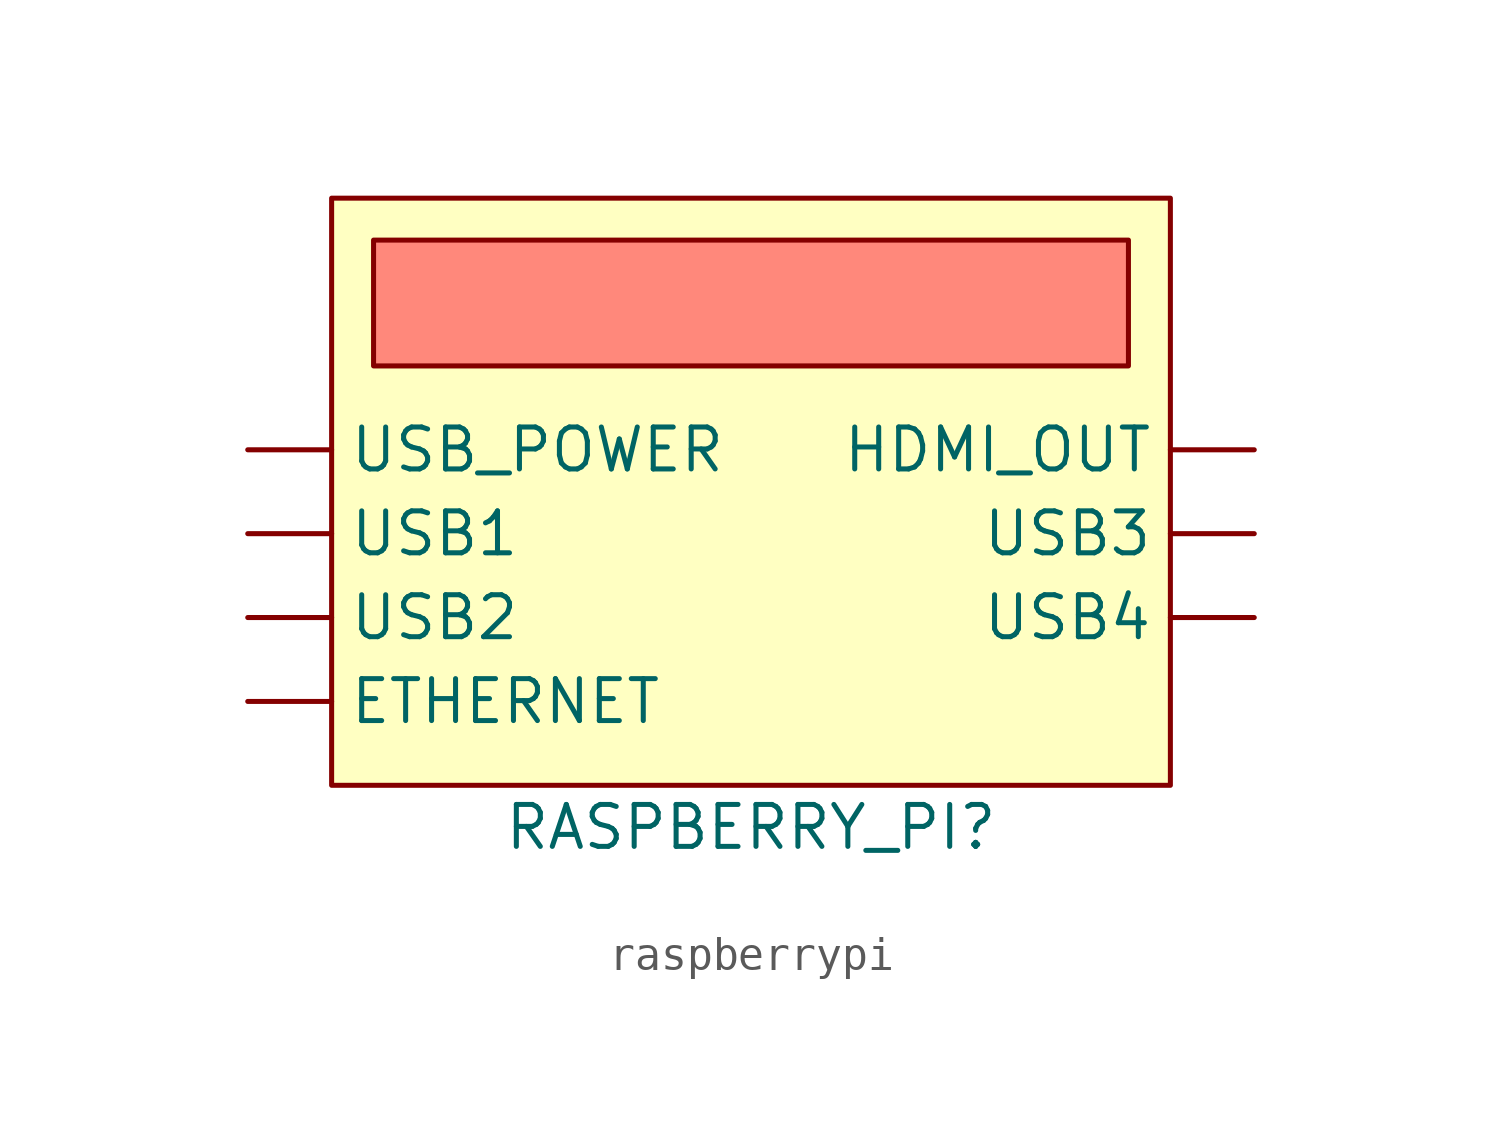
<source format=kicad_sym>
(kicad_symbol_lib
  (version 20220914)
  (generator kicad_symbol_editor)
  (symbol "raspberrypi"
    (property "Reference" "RASPBERRY_PI"
      (at 0 0 0)
      (effects (font (size 1.27 1.27))))
    (property "Value" ""
      (at 0 0 0)
      (effects (font (size 1.27 1.27))))
    (symbol "raspberrypi_1_1"
      (rectangle (start -12.7 19.05) (end 12.7 1.27) (stroke (width 0) (type default)) (fill (type background)))
      (rectangle (start -11.43 17.78) (end 11.43 13.97) (stroke (width 0) (type default)) (fill (type color) (color 255 136 123 1)))
      (pin input line (at -15.24 3.81 0) (length 2.54) (name "ETHERNET" (effects (font (size 1.27 1.27)))) (number "" (effects (font (size 1.27 1.27)))))
      (pin output line (at 15.24 11.43 180) (length 2.54) (name "HDMI_OUT" (effects (font (size 1.27 1.27)))) (number "" (effects (font (size 1.27 1.27)))))
      (pin output line (at -15.24 8.89 0) (length 2.54) (name "USB1" (effects (font (size 1.27 1.27)))) (number "" (effects (font (size 1.27 1.27)))))
      (pin output line (at -15.24 6.35 0) (length 2.54) (name "USB2" (effects (font (size 1.27 1.27)))) (number "" (effects (font (size 1.27 1.27)))))
      (pin output line (at 15.24 8.89 180) (length 2.54) (name "USB3" (effects (font (size 1.27 1.27)))) (number "" (effects (font (size 1.27 1.27)))))
      (pin output line (at 15.24 6.35 180) (length 2.54) (name "USB4" (effects (font (size 1.27 1.27)))) (number "" (effects (font (size 1.27 1.27)))))
      (pin input line (at -15.24 11.43 0) (length 2.54) (name "USB_POWER" (effects (font (size 1.27 1.27)))) (number "" (effects (font (size 1.27 1.27))))))))
</source>
